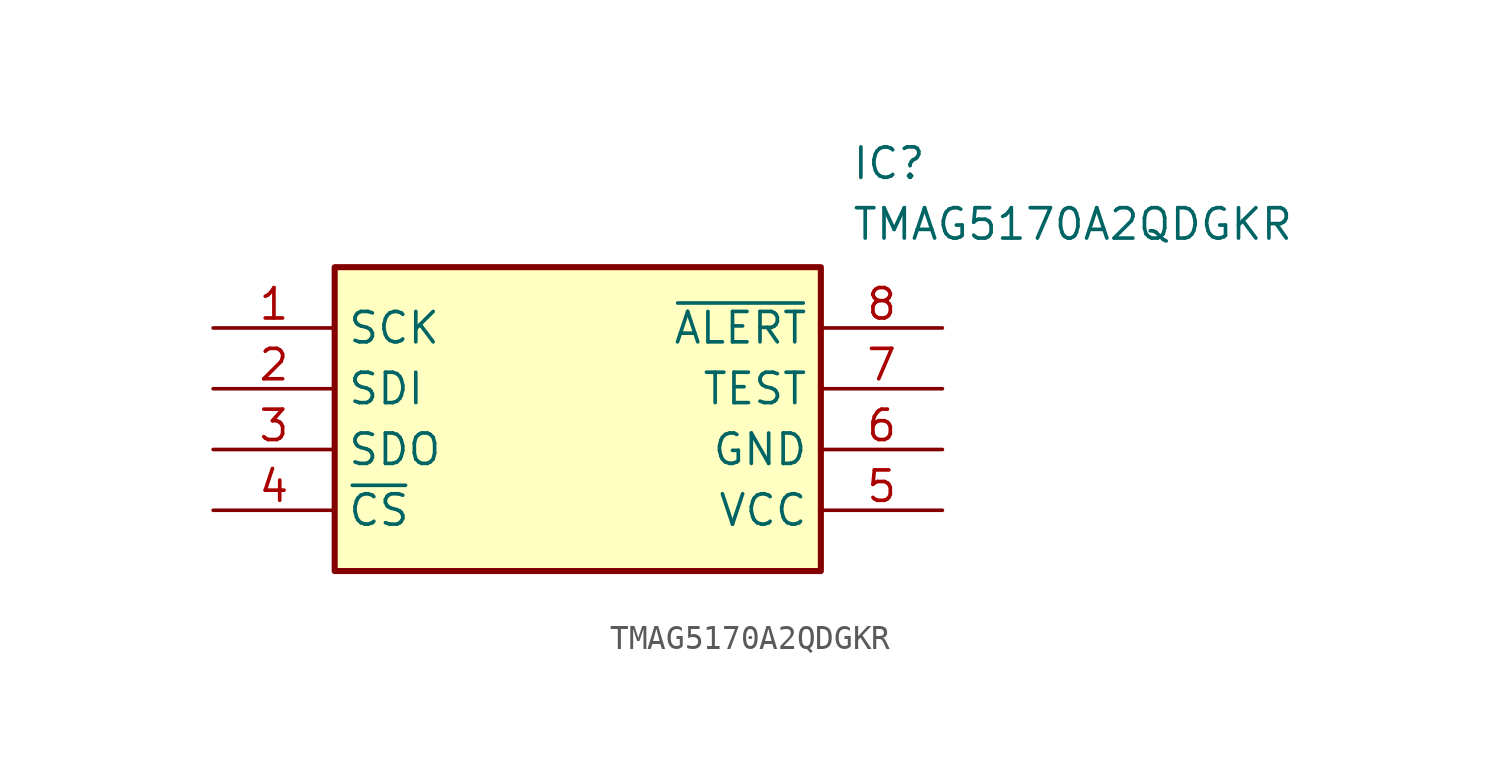
<source format=kicad_sym>
(kicad_symbol_lib
  (version 20211014)
  (generator SamacSys_ECAD_Model)
  (symbol "TMAG5170A2QDGKR"
    (property "Reference" "IC"
      (at 26.67 7.62 0)
      (effects (font (size 1.27 1.27)) (justify left top)))
    (property "Value" "TMAG5170A2QDGKR"
      (at 26.67 5.08 0)
      (effects (font (size 1.27 1.27)) (justify left top)))
    (rectangle
      (start 5.08 2.54)
      (end 25.4 -10.16)
      (stroke (width 0.254) (type default))
      (fill (type background)))
    (pin passive line
      (at 0 0 0)
      (length 5.08)
      (name "SCK" (effects (font (size 1.27 1.27))))
      (number "1" (effects (font (size 1.27 1.27)))))
    (pin passive line
      (at 0 -2.54 0)
      (length 5.08)
      (name "SDI" (effects (font (size 1.27 1.27))))
      (number "2" (effects (font (size 1.27 1.27)))))
    (pin passive line
      (at 0 -5.08 0)
      (length 5.08)
      (name "SDO" (effects (font (size 1.27 1.27))))
      (number "3" (effects (font (size 1.27 1.27)))))
    (pin passive line
      (at 0 -7.62 0)
      (length 5.08)
      (name "~{CS}" (effects (font (size 1.27 1.27))))
      (number "4" (effects (font (size 1.27 1.27)))))
    (pin passive line
      (at 30.48 0 180)
      (length 5.08)
      (name "~{ALERT}" (effects (font (size 1.27 1.27))))
      (number "8" (effects (font (size 1.27 1.27)))))
    (pin passive line
      (at 30.48 -2.54 180)
      (length 5.08)
      (name "TEST" (effects (font (size 1.27 1.27))))
      (number "7" (effects (font (size 1.27 1.27)))))
    (pin passive line
      (at 30.48 -5.08 180)
      (length 5.08)
      (name "GND" (effects (font (size 1.27 1.27))))
      (number "6" (effects (font (size 1.27 1.27)))))
    (pin passive line
      (at 30.48 -7.62 180)
      (length 5.08)
      (name "VCC" (effects (font (size 1.27 1.27))))
      (number "5" (effects (font (size 1.27 1.27)))))))
</source>
